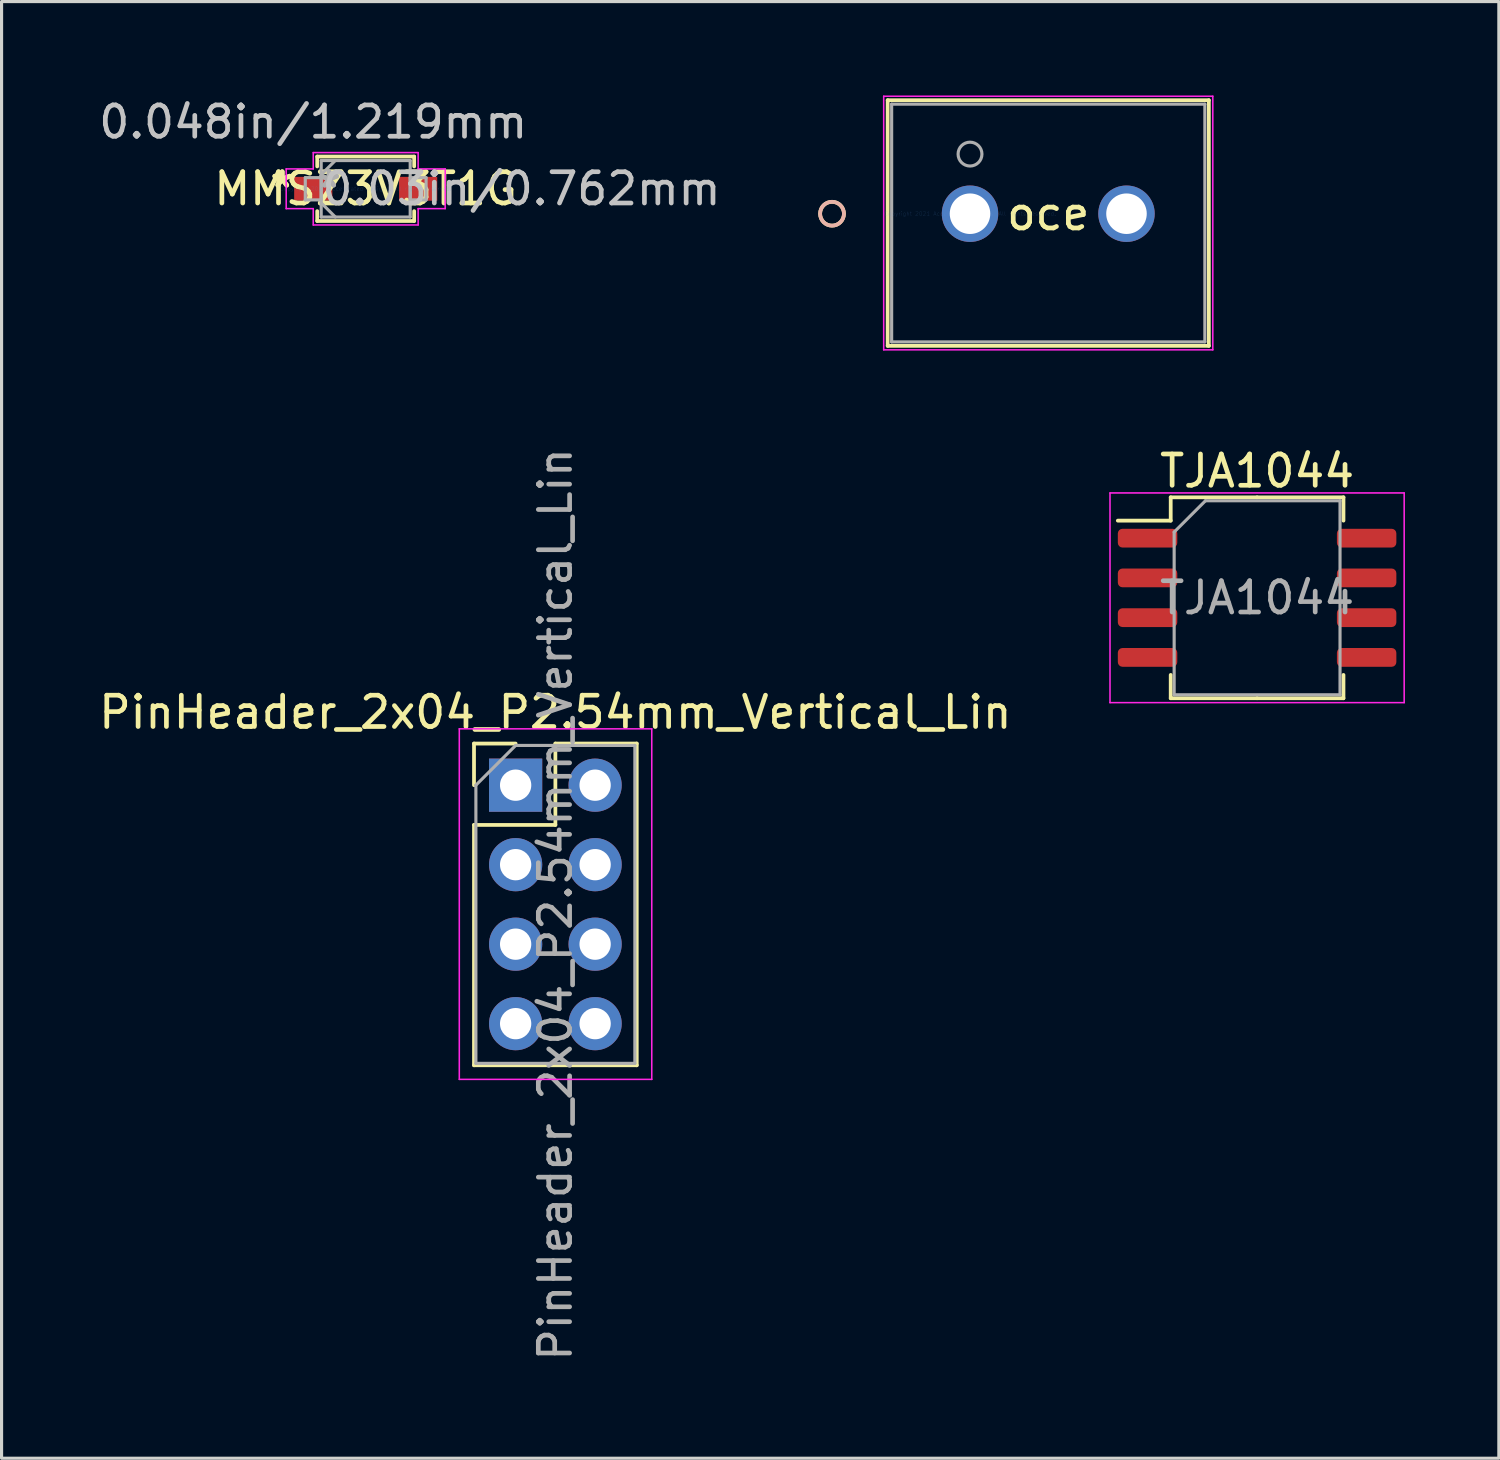
<source format=kicad_pcb>
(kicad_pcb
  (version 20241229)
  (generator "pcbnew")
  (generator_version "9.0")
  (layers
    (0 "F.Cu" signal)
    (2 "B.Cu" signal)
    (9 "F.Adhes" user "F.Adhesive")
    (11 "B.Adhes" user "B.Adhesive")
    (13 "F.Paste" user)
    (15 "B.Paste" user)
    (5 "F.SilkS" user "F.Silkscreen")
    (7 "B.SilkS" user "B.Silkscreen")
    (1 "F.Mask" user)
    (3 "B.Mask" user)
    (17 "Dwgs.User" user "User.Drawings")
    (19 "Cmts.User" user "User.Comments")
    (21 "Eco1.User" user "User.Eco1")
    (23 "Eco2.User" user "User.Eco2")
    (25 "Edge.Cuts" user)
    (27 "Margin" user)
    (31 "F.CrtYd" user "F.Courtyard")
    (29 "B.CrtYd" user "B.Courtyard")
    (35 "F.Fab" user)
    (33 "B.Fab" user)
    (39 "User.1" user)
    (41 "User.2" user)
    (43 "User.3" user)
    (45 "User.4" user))
  (footprint "PinHeader_2x04_P2.54mm_Vertical_Lin"
    (layer "F.Cu")
    (at 13.426 22.039)
    (property "Reference" "PinHeader_2x04_P2.54mm_Vertical_Lin" (at 1.27 -2.33 0) (layer "F.SilkS") (effects (font (size 1 1) (thickness 0.15))))
    (attr through_hole)
    (fp_line (start -1.33 -1.33) (end 0 -1.33) (stroke (width 0.12) (type solid)) (layer "F.SilkS"))
    (fp_line (start -1.33 0) (end -1.33 -1.33) (stroke (width 0.12) (type solid)) (layer "F.SilkS"))
    (fp_line (start -1.33 1.27) (end -1.33 8.95) (stroke (width 0.12) (type solid)) (layer "F.SilkS"))
    (fp_line (start -1.33 1.27) (end 1.27 1.27) (stroke (width 0.12) (type solid)) (layer "F.SilkS"))
    (fp_line (start -1.33 8.95) (end 3.87 8.95) (stroke (width 0.12) (type solid)) (layer "F.SilkS"))
    (fp_line (start 1.27 -1.33) (end 3.87 -1.33) (stroke (width 0.12) (type solid)) (layer "F.SilkS"))
    (fp_line (start 1.27 1.27) (end 1.27 -1.33) (stroke (width 0.12) (type solid)) (layer "F.SilkS"))
    (fp_line (start 3.87 -1.33) (end 3.87 8.95) (stroke (width 0.12) (type solid)) (layer "F.SilkS"))
    (fp_line (start -1.8 -1.8) (end -1.8 9.4) (stroke (width 0.05) (type solid)) (layer "F.CrtYd"))
    (fp_line (start -1.8 9.4) (end 4.35 9.4) (stroke (width 0.05) (type solid)) (layer "F.CrtYd"))
    (fp_line (start 4.35 -1.8) (end -1.8 -1.8) (stroke (width 0.05) (type solid)) (layer "F.CrtYd"))
    (fp_line (start 4.35 9.4) (end 4.35 -1.8) (stroke (width 0.05) (type solid)) (layer "F.CrtYd"))
    (fp_line (start -1.27 0) (end 0 -1.27) (stroke (width 0.1) (type solid)) (layer "F.Fab"))
    (fp_line (start -1.27 8.89) (end -1.27 0) (stroke (width 0.1) (type solid)) (layer "F.Fab"))
    (fp_line (start 0 -1.27) (end 3.81 -1.27) (stroke (width 0.1) (type solid)) (layer "F.Fab"))
    (fp_line (start 3.81 -1.27) (end 3.81 8.89) (stroke (width 0.1) (type solid)) (layer "F.Fab"))
    (fp_line (start 3.81 8.89) (end -1.27 8.89) (stroke (width 0.1) (type solid)) (layer "F.Fab"))
    (fp_text user "${REFERENCE}" (at 1.27 3.81 90) (layer "F.Fab") (effects (font (size 1 1) (thickness 0.15))))
    (pad "1" thru_hole rect (at 0 0) (size 1.7 1.7) (drill 1) (layers "*.Cu" "*.Mask"))
    (pad "2" thru_hole oval (at 0 2.54) (size 1.7 1.7) (drill 1) (layers "*.Cu" "*.Mask"))
    (pad "3" thru_hole oval (at 0 5.08) (size 1.7 1.7) (drill 1) (layers "*.Cu" "*.Mask"))
    (pad "4" thru_hole oval (at 0 7.62) (size 1.7 1.7) (drill 1) (layers "*.Cu" "*.Mask"))
    (pad "5" thru_hole oval (at 2.54 0) (size 1.7 1.7) (drill 1) (layers "*.Cu" "*.Mask"))
    (pad "6" thru_hole oval (at 2.54 2.54) (size 1.7 1.7) (drill 1) (layers "*.Cu" "*.Mask"))
    (pad "7" thru_hole oval (at 2.54 5.08) (size 1.7 1.7) (drill 1) (layers "*.Cu" "*.Mask"))
    (pad "8" thru_hole oval (at 2.54 7.62) (size 1.7 1.7) (drill 1) (layers "*.Cu" "*.Mask")))
  (footprint "oce"
    (layer "F.Cu")
    (at 27.945 3.779)
    (property "Reference" "oce" (at 2.5 0 0) (layer "F.SilkS") (effects (font (size 1 1) (thickness 0.15))))
    (attr through_hole)
    (fp_line (start -2.631 -3.627) (end -2.631 4.222) (stroke (width 0.12) (type solid)) (layer "F.SilkS"))
    (fp_line (start -2.631 4.222) (end 7.631 4.222) (stroke (width 0.12) (type solid)) (layer "F.SilkS"))
    (fp_line (start 7.631 -3.627) (end -2.631 -3.627) (stroke (width 0.12) (type solid)) (layer "F.SilkS"))
    (fp_line (start 7.631 4.222) (end 7.631 -3.627) (stroke (width 0.12) (type solid)) (layer "F.SilkS"))
    (fp_circle (center -4.409 0) (end -4.028 0) (stroke (width 0.12) (type solid)) (fill no) (layer "F.SilkS"))
    (fp_circle (center -4.409 0) (end -4.028 0) (stroke (width 0.12) (type solid)) (fill no) (layer "B.SilkS"))
    (fp_line (start -2.758 -3.754) (end -2.758 4.349) (stroke (width 0.05) (type solid)) (layer "F.CrtYd"))
    (fp_line (start -2.758 4.349) (end 7.758 4.349) (stroke (width 0.05) (type solid)) (layer "F.CrtYd"))
    (fp_line (start 7.758 -3.754) (end -2.758 -3.754) (stroke (width 0.05) (type solid)) (layer "F.CrtYd"))
    (fp_line (start 7.758 4.349) (end 7.758 -3.754) (stroke (width 0.05) (type solid)) (layer "F.CrtYd"))
    (fp_line (start -2.504 -3.5) (end -2.504 4.095) (stroke (width 0.1) (type solid)) (layer "F.Fab"))
    (fp_line (start -2.504 4.095) (end 7.504 4.095) (stroke (width 0.1) (type solid)) (layer "F.Fab"))
    (fp_line (start 7.504 -3.5) (end -2.504 -3.5) (stroke (width 0.1) (type solid)) (layer "F.Fab"))
    (fp_line (start 7.504 4.095) (end 7.504 -3.5) (stroke (width 0.1) (type solid)) (layer "F.Fab"))
    (fp_circle (center 0 -1.905) (end 0.381 -1.905) (stroke (width 0.1) (type solid)) (fill no) (layer "F.Fab"))
    (fp_text user "*" (at 0 0 0) (layer "F.SilkS") (effects (font (size 1 1) (thickness 0.15))))
    (fp_text user "Copyright 2021 Accelerated Designs. All rights reserved." (at 0 0 0) (layer "Cmts.User") (effects (font (size 0.127 0.127) (thickness 0.002))))
    (fp_text user "*" (at 0 0 0) (layer "F.Fab") (effects (font (size 1 1) (thickness 0.15))))
    (pad "1" thru_hole circle (at 0 0) (size 1.803 1.803) (drill 1.295) (layers "*.Cu" "*.Mask"))
    (pad "2" thru_hole circle (at 5 0) (size 1.803 1.803) (drill 1.295) (layers "*.Cu" "*.Mask")))
  (footprint "MMSZ3V3T1G"
    (layer "F.Cu")
    (at 8.635 2.982)
    (property "Reference" "MMSZ3V3T1G" (at 0 0 0) (layer "F.SilkS") (effects (font (size 1 1) (thickness 0.15))))
    (attr through_hole)
    (fp_line (start -1.549 -1.029) (end -1.549 -0.714) (stroke (width 0.12) (type solid)) (layer "F.SilkS"))
    (fp_line (start -1.549 0.714) (end -1.549 1.029) (stroke (width 0.12) (type solid)) (layer "F.SilkS"))
    (fp_line (start -1.549 1.029) (end 1.549 1.029) (stroke (width 0.12) (type solid)) (layer "F.SilkS"))
    (fp_line (start 1.549 -1.029) (end -1.549 -1.029) (stroke (width 0.12) (type solid)) (layer "F.SilkS"))
    (fp_line (start 1.549 -0.714) (end 1.549 -1.029) (stroke (width 0.12) (type solid)) (layer "F.SilkS"))
    (fp_line (start 1.549 1.029) (end 1.549 0.714) (stroke (width 0.12) (type solid)) (layer "F.SilkS"))
    (fp_line (start -2.54 -0.635) (end -1.676 -0.635) (stroke (width 0.05) (type solid)) (layer "F.CrtYd"))
    (fp_line (start -2.54 0.635) (end -2.54 -0.635) (stroke (width 0.05) (type solid)) (layer "F.CrtYd"))
    (fp_line (start -1.676 -1.156) (end 1.676 -1.156) (stroke (width 0.05) (type solid)) (layer "F.CrtYd"))
    (fp_line (start -1.676 -0.635) (end -1.676 -1.156) (stroke (width 0.05) (type solid)) (layer "F.CrtYd"))
    (fp_line (start -1.676 0.635) (end -2.54 0.635) (stroke (width 0.05) (type solid)) (layer "F.CrtYd"))
    (fp_line (start -1.676 1.156) (end -1.676 0.635) (stroke (width 0.05) (type solid)) (layer "F.CrtYd"))
    (fp_line (start 1.676 -1.156) (end 1.676 -0.635) (stroke (width 0.05) (type solid)) (layer "F.CrtYd"))
    (fp_line (start 1.676 -0.635) (end 2.54 -0.635) (stroke (width 0.05) (type solid)) (layer "F.CrtYd"))
    (fp_line (start 1.676 0.635) (end 1.676 1.156) (stroke (width 0.05) (type solid)) (layer "F.CrtYd"))
    (fp_line (start 1.676 1.156) (end -1.676 1.156) (stroke (width 0.05) (type solid)) (layer "F.CrtYd"))
    (fp_line (start 2.54 -0.635) (end 2.54 0.635) (stroke (width 0.05) (type solid)) (layer "F.CrtYd"))
    (fp_line (start 2.54 0.635) (end 1.676 0.635) (stroke (width 0.05) (type solid)) (layer "F.CrtYd"))
    (fp_line (start -1.93 -0.356) (end -1.93 0.356) (stroke (width 0.1) (type solid)) (layer "F.Fab"))
    (fp_line (start -1.93 0.356) (end -1.422 0.356) (stroke (width 0.1) (type solid)) (layer "F.Fab"))
    (fp_line (start -1.422 -0.902) (end -1.422 0.902) (stroke (width 0.1) (type solid)) (layer "F.Fab"))
    (fp_line (start -1.422 -0.451) (end -0.972 -0.902) (stroke (width 0.1) (type solid)) (layer "F.Fab"))
    (fp_line (start -1.422 -0.356) (end -1.93 -0.356) (stroke (width 0.1) (type solid)) (layer "F.Fab"))
    (fp_line (start -1.422 0.356) (end -1.422 -0.356) (stroke (width 0.1) (type solid)) (layer "F.Fab"))
    (fp_line (start -1.422 0.451) (end -0.972 0.902) (stroke (width 0.1) (type solid)) (layer "F.Fab"))
    (fp_line (start -1.422 0.902) (end 1.422 0.902) (stroke (width 0.1) (type solid)) (layer "F.Fab"))
    (fp_line (start 1.422 -0.902) (end -1.422 -0.902) (stroke (width 0.1) (type solid)) (layer "F.Fab"))
    (fp_line (start 1.422 -0.356) (end 1.422 0.356) (stroke (width 0.1) (type solid)) (layer "F.Fab"))
    (fp_line (start 1.422 0.356) (end 1.93 0.356) (stroke (width 0.1) (type solid)) (layer "F.Fab"))
    (fp_line (start 1.422 0.902) (end 1.422 -0.902) (stroke (width 0.1) (type solid)) (layer "F.Fab"))
    (fp_line (start 1.93 -0.356) (end 1.422 -0.356) (stroke (width 0.1) (type solid)) (layer "F.Fab"))
    (fp_line (start 1.93 0.356) (end 1.93 -0.356) (stroke (width 0.1) (type solid)) (layer "F.Fab"))
    (fp_text user "*" (at -2.667 0 0) (layer "F.SilkS") (effects (font (size 1 1) (thickness 0.15))))
    (fp_text user "*" (at -2.667 0 0) (layer "F.SilkS") (effects (font (size 1 1) (thickness 0.15))))
    (fp_text user "0.03in/0.762mm" (at 4.978 0 0) (layer "Dwgs.User") (effects (font (size 1 1) (thickness 0.15))))
    (fp_text user "0.048in/1.219mm" (at -1.676 -2.134 0) (layer "Dwgs.User") (effects (font (size 1 1) (thickness 0.15))))
    (fp_text user "Copyright 2021 Accelerated Designs. All rights reserved." (at 0 0 0) (layer "Cmts.User") (effects (font (size 0.127 0.127) (thickness 0.002))))
    (fp_text user "*" (at -1.168 0 0) (layer "F.Fab") (effects (font (size 1 1) (thickness 0.15))))
    (fp_text user "*" (at -1.168 0 0) (layer "F.Fab") (effects (font (size 1 1) (thickness 0.15))))
    (pad "1" smd rect (at -1.676 0) (size 1.219 0.762) (layers "F.Cu" "F.Mask" "F.Paste"))
    (pad "2" smd rect (at 1.676 0) (size 1.219 0.762) (layers "F.Cu" "F.Mask" "F.Paste")))
  (footprint "TJA1044"
    (layer "F.Cu")
    (at 37.118 16.051)
    (property "Reference" "TJA1044" (at 0 -4.05 0) (layer "F.SilkS") (effects (font (size 1 1) (thickness 0.15))))
    (attr smd)
    (fp_line (start -2.76 -3.21) (end -2.76 -2.465) (stroke (width 0.12) (type solid)) (layer "F.SilkS"))
    (fp_line (start -2.76 -2.465) (end -4.45 -2.465) (stroke (width 0.12) (type solid)) (layer "F.SilkS"))
    (fp_line (start -2.76 3.21) (end -2.76 2.465) (stroke (width 0.12) (type solid)) (layer "F.SilkS"))
    (fp_line (start 0 -3.21) (end -2.76 -3.21) (stroke (width 0.12) (type solid)) (layer "F.SilkS"))
    (fp_line (start 0 -3.21) (end 2.76 -3.21) (stroke (width 0.12) (type solid)) (layer "F.SilkS"))
    (fp_line (start 0 3.21) (end -2.76 3.21) (stroke (width 0.12) (type solid)) (layer "F.SilkS"))
    (fp_line (start 0 3.21) (end 2.76 3.21) (stroke (width 0.12) (type solid)) (layer "F.SilkS"))
    (fp_line (start 2.76 -3.21) (end 2.76 -2.465) (stroke (width 0.12) (type solid)) (layer "F.SilkS"))
    (fp_line (start 2.76 3.21) (end 2.76 2.465) (stroke (width 0.12) (type solid)) (layer "F.SilkS"))
    (fp_line (start -4.7 -3.35) (end -4.7 3.35) (stroke (width 0.05) (type solid)) (layer "F.CrtYd"))
    (fp_line (start -4.7 3.35) (end 4.7 3.35) (stroke (width 0.05) (type solid)) (layer "F.CrtYd"))
    (fp_line (start 4.7 -3.35) (end -4.7 -3.35) (stroke (width 0.05) (type solid)) (layer "F.CrtYd"))
    (fp_line (start 4.7 3.35) (end 4.7 -3.35) (stroke (width 0.05) (type solid)) (layer "F.CrtYd"))
    (fp_line (start -2.65 -2.1) (end -1.65 -3.1) (stroke (width 0.1) (type solid)) (layer "F.Fab"))
    (fp_line (start -2.65 3.1) (end -2.65 -2.1) (stroke (width 0.1) (type solid)) (layer "F.Fab"))
    (fp_line (start -1.65 -3.1) (end 2.65 -3.1) (stroke (width 0.1) (type solid)) (layer "F.Fab"))
    (fp_line (start 2.65 -3.1) (end 2.65 3.1) (stroke (width 0.1) (type solid)) (layer "F.Fab"))
    (fp_line (start 2.65 3.1) (end -2.65 3.1) (stroke (width 0.1) (type solid)) (layer "F.Fab"))
    (fp_text user "${REFERENCE}" (at 0 0 0) (layer "F.Fab") (effects (font (size 1 1) (thickness 0.15))))
    (pad "1" smd roundrect (at -3.5 -1.905) (size 1.9 0.6) (layers "F.Cu" "F.Mask" "F.Paste") (roundrect_rratio 0.25))
    (pad "2" smd roundrect (at -3.5 -0.635) (size 1.9 0.6) (layers "F.Cu" "F.Mask" "F.Paste") (roundrect_rratio 0.25))
    (pad "3" smd roundrect (at -3.5 0.635) (size 1.9 0.6) (layers "F.Cu" "F.Mask" "F.Paste") (roundrect_rratio 0.25))
    (pad "4" smd roundrect (at -3.5 1.905) (size 1.9 0.6) (layers "F.Cu" "F.Mask" "F.Paste") (roundrect_rratio 0.25))
    (pad "5" smd roundrect (at 3.5 1.905) (size 1.9 0.6) (layers "F.Cu" "F.Mask" "F.Paste") (roundrect_rratio 0.25))
    (pad "6" smd roundrect (at 3.5 0.635) (size 1.9 0.6) (layers "F.Cu" "F.Mask" "F.Paste") (roundrect_rratio 0.25))
    (pad "7" smd roundrect (at 3.5 -0.635) (size 1.9 0.6) (layers "F.Cu" "F.Mask" "F.Paste") (roundrect_rratio 0.25))
    (pad "8" smd roundrect (at 3.5 -1.905) (size 1.9 0.6) (layers "F.Cu" "F.Mask" "F.Paste") (roundrect_rratio 0.25)))
  (gr_rect
    (start -3 -3)
    (end 44.843 43.545)
    (stroke (width 0.1) (type default))
    (fill no)
    (layer "Edge.Cuts")))
</source>
